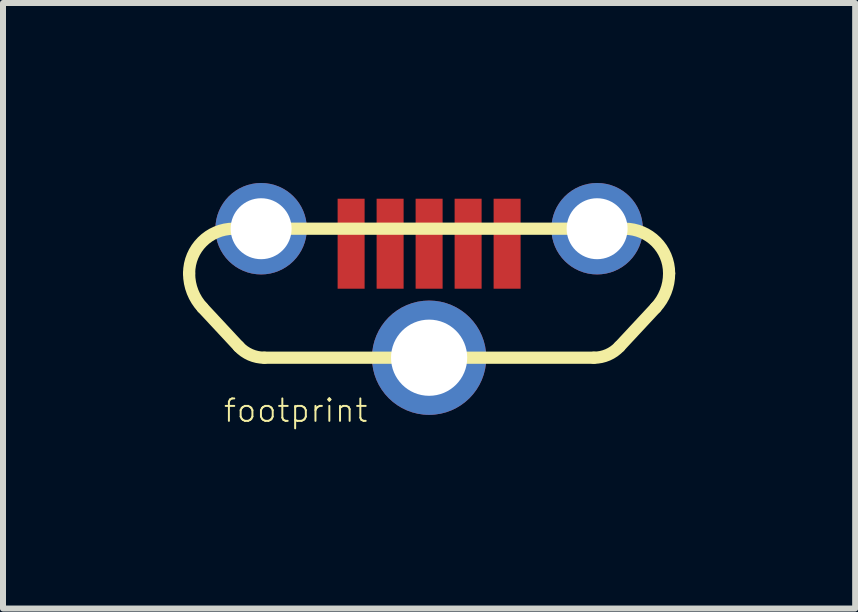
<source format=kicad_pcb>
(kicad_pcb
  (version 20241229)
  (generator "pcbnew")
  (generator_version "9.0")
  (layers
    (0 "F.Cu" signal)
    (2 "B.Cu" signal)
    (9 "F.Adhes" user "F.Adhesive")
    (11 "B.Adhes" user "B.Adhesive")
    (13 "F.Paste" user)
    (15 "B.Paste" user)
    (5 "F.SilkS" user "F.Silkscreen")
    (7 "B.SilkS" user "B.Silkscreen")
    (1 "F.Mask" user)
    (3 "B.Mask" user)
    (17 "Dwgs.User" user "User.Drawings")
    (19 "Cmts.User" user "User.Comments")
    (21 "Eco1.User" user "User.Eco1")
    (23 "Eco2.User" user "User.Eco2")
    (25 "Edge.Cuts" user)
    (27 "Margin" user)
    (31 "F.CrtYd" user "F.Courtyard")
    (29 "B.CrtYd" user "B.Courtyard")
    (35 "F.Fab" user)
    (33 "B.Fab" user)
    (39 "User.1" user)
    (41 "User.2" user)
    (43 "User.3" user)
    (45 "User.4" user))
  (footprint "footprint"
    (layer "F.Cu")
    (at 4.102 1.012)
    (property "Reference" "footprint" (at -1 3 0) (layer "F.SilkS") (effects (font (size 0.374 0.374) (thickness 0.033)) (justify right bottom)))
    (fp_line (start -4 0.497) (end -4 0.493) (stroke (width 0.127) (type solid)) (layer "F.SilkS"))
    (fp_line (start -3.257 -0.25) (end 3.257 -0.25) (stroke (width 0.203) (type solid)) (layer "F.SilkS"))
    (fp_line (start -3.172 1.715) (end -3.777 1.065) (stroke (width 0.203) (type solid)) (layer "F.SilkS"))
    (fp_line (start 2.747 1.9) (end -2.747 1.9) (stroke (width 0.203) (type solid)) (layer "F.SilkS"))
    (fp_line (start 3.777 1.065) (end 3.172 1.715) (stroke (width 0.203) (type solid)) (layer "F.SilkS"))
    (fp_line (start 4 0.493) (end 4 0.497) (stroke (width 0.127) (type solid)) (layer "F.SilkS"))
    (fp_arc (start -4 0.493303) (mid -3.782291 -0.032292) (end -3.256696 -0.250001) (stroke (width 0.2032) (type solid)) (layer "F.SilkS"))
    (fp_arc (start -3.776531 1.065228) (mid -3.942126 0.802243) (end -4 0.496902) (stroke (width 0.2032) (type solid)) (layer "F.SilkS"))
    (fp_arc (start -2.74674 1.9) (mid -2.978933 1.851629) (end -3.172496 1.714565) (stroke (width 0.2032) (type solid)) (layer "F.SilkS"))
    (fp_arc (start 3.172496 1.714565) (mid 2.978932 1.851629) (end 2.746739 1.9) (stroke (width 0.2032) (type solid)) (layer "F.SilkS"))
    (fp_arc (start 3.256696 -0.25) (mid 3.782291 -0.032292) (end 3.999999 0.493303) (stroke (width 0.2032) (type solid)) (layer "F.SilkS"))
    (fp_arc (start 4 0.496903) (mid 3.942125 0.802244) (end 3.77653 1.065229) (stroke (width 0.2032) (type solid)) (layer "F.SilkS"))
    (fp_poly (pts (xy -1.43 0.65) (xy -1.17 0.65) (xy -1.17 -0.65) (xy -1.43 -0.65)) (stroke (width 0) (type solid)) (fill yes) (layer "F.Paste"))
    (fp_poly (pts (xy -0.78 0.65) (xy -0.52 0.65) (xy -0.52 -0.65) (xy -0.78 -0.65)) (stroke (width 0) (type solid)) (fill yes) (layer "F.Paste"))
    (fp_poly (pts (xy -0.13 0.65) (xy 0.13 0.65) (xy 0.13 -0.65) (xy -0.13 -0.65)) (stroke (width 0) (type solid)) (fill yes) (layer "F.Paste"))
    (fp_poly (pts (xy 0.52 0.65) (xy 0.78 0.65) (xy 0.78 -0.65) (xy 0.52 -0.65)) (stroke (width 0) (type solid)) (fill yes) (layer "F.Paste"))
    (fp_poly (pts (xy 1.17 0.65) (xy 1.43 0.65) (xy 1.43 -0.65) (xy 1.17 -0.65)) (stroke (width 0) (type solid)) (fill yes) (layer "F.Paste"))
    (pad "D+" smd rect (at 0 0 270) (size 1.5 0.45) (layers "F.Cu" "F.Mask"))
    (pad "D-" smd rect (at -0.65 0 270) (size 1.5 0.45) (layers "F.Cu" "F.Mask"))
    (pad "GND" smd rect (at 1.3 0 270) (size 1.5 0.45) (layers "F.Cu" "F.Mask"))
    (pad "ID" smd rect (at 0.65 0 270) (size 1.5 0.45) (layers "F.Cu" "F.Mask"))
    (pad "P1" thru_hole circle (at -2.8 -0.25 180) (size 1.524 1.524) (drill 1.016) (layers "*.Cu" "*.Mask"))
    (pad "P2" thru_hole circle (at 2.8 -0.25 180) (size 1.524 1.524) (drill 1.016) (layers "*.Cu" "*.Mask"))
    (pad "P3" thru_hole circle (at 0 1.9) (size 1.905 1.905) (drill 1.27) (layers "*.Cu" "*.Mask"))
    (pad "VBUS" smd rect (at -1.3 0 270) (size 1.5 0.45) (layers "F.Cu" "F.Mask")))
  (gr_rect
    (start -3 -3)
    (end 11.203 7.092)
    (stroke (width 0.1) (type default))
    (fill no)
    (layer "Edge.Cuts")))
</source>
